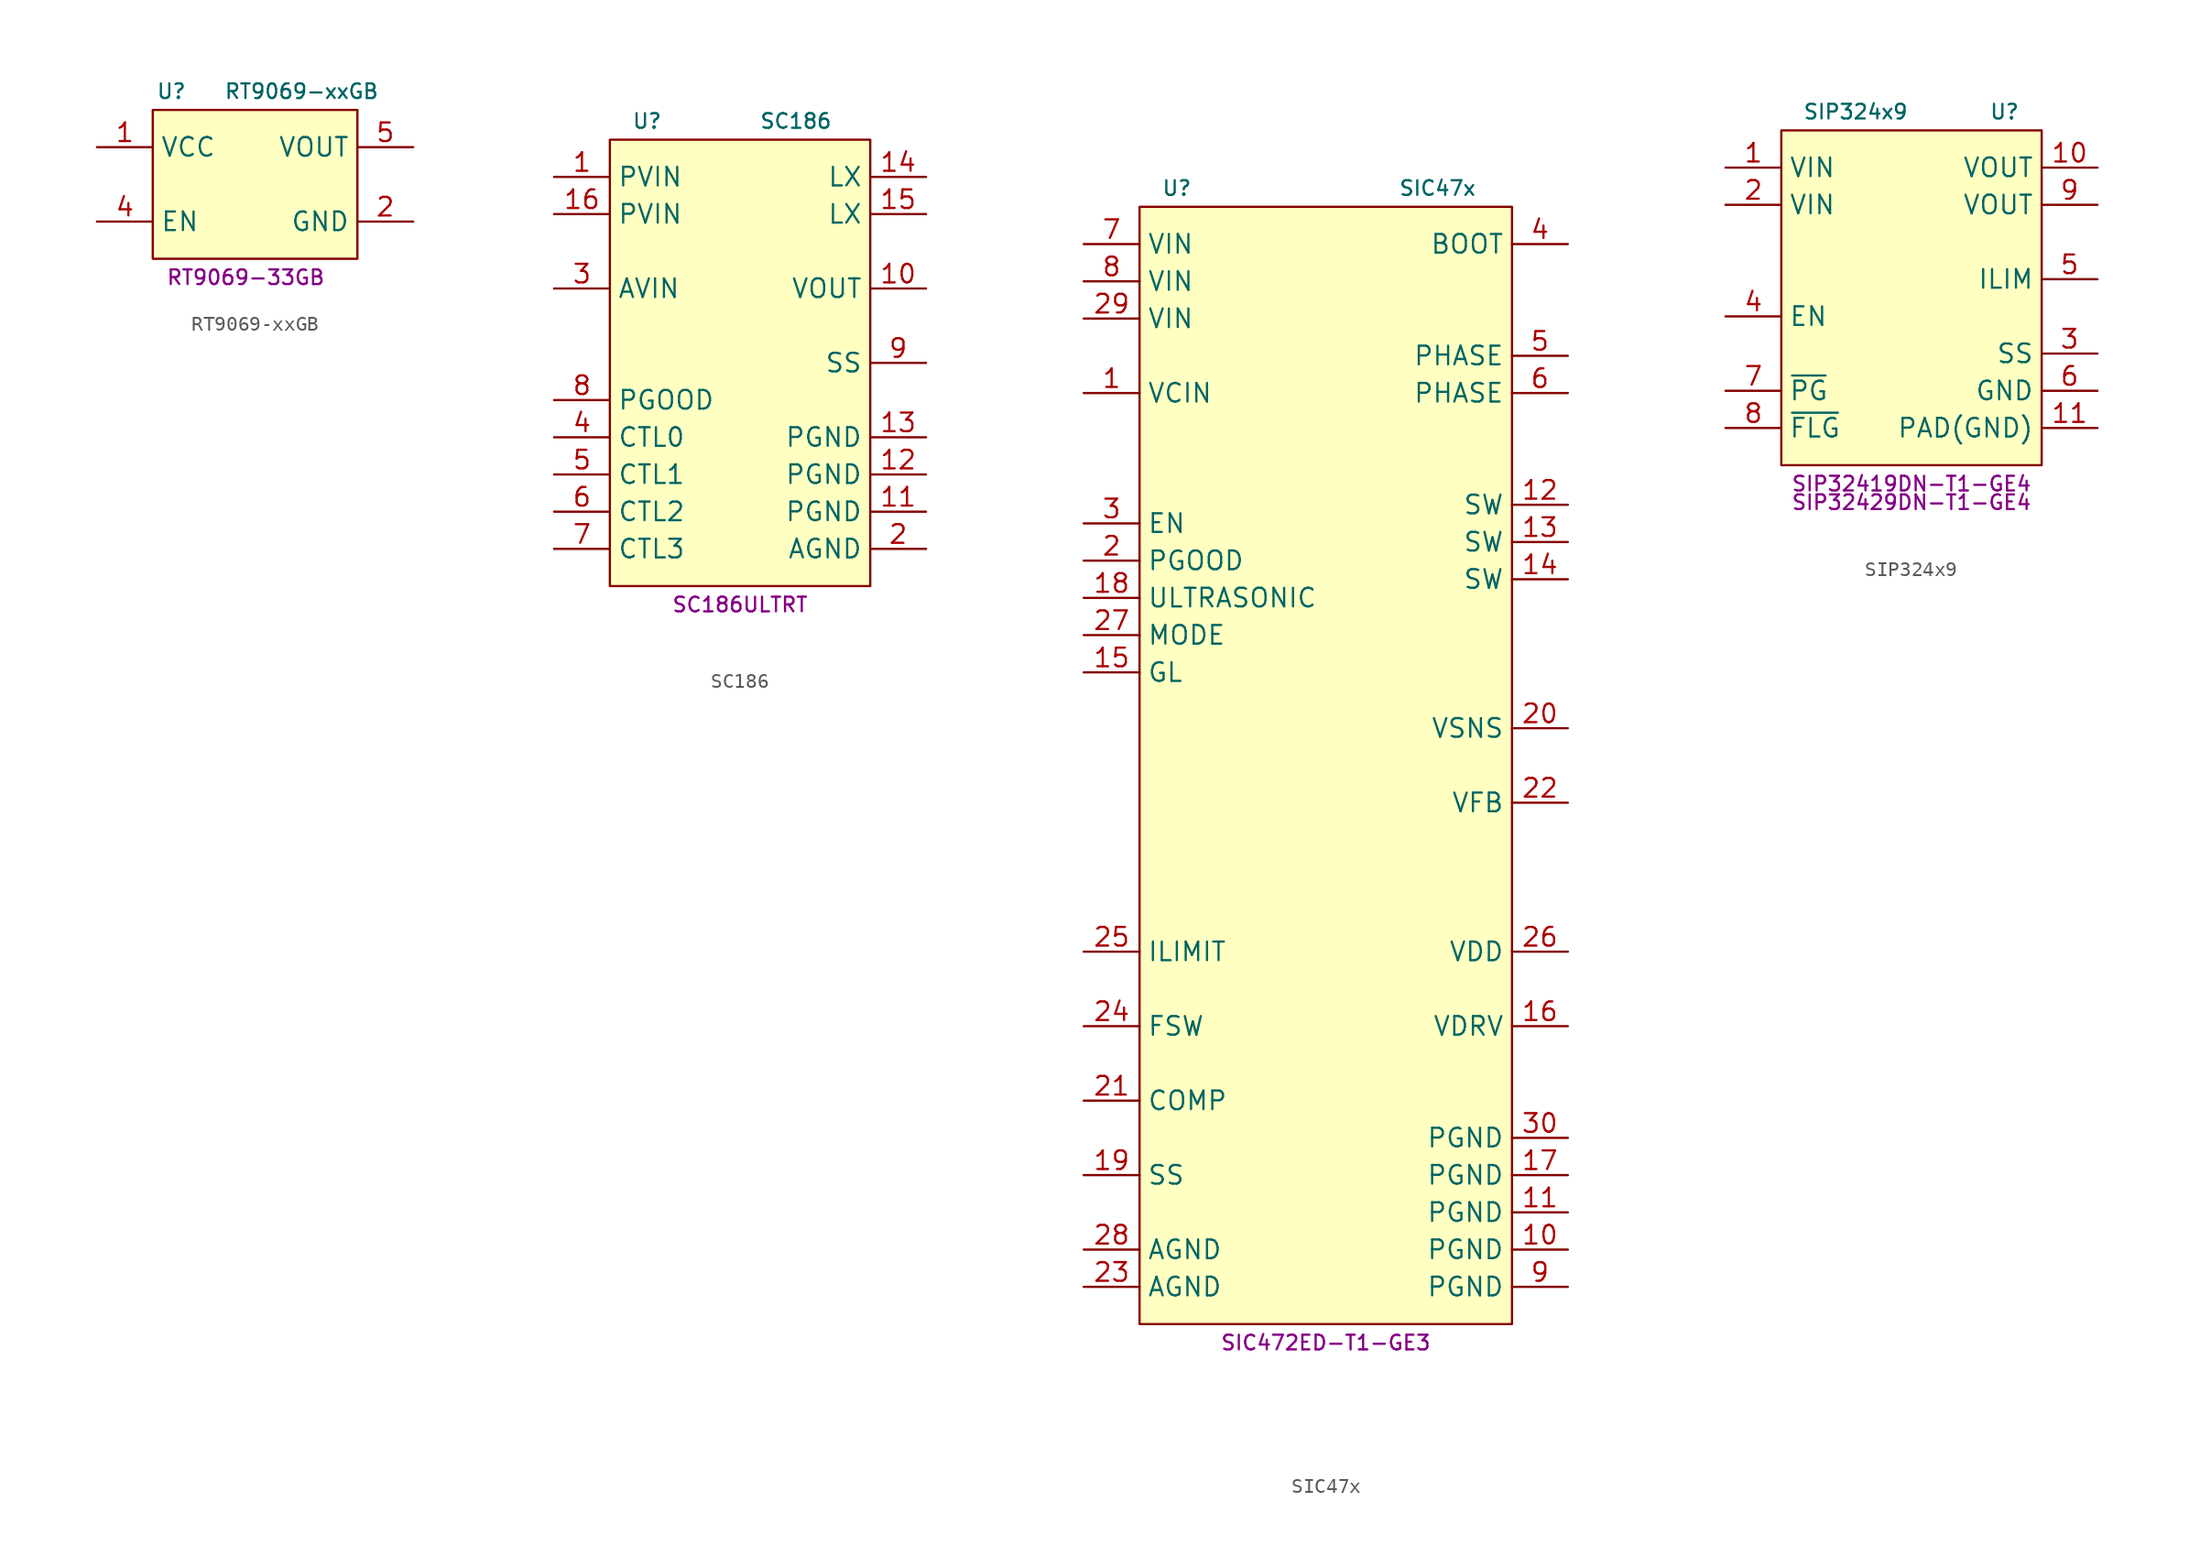
<source format=kicad_sym>
(kicad_symbol_lib
  (version 20231120)
  (generator "kicad_symbol_editor")
  (generator_version "8.0")
  (symbol "RT9069-xxGB"
    (property "Reference" "U"
      (at -5.08 6.35 0)
      (effects (font (size 1 1))))
    (property "Value" "RT9069-xxGB"
      (at 3.81 6.35 0)
      (effects (font (size 1 1))))
    (property "MPN" "RT9069-33GB"
      (at 0 -6.35 0)
      (effects (font (size 1 1))))
    (symbol "RT9069-xxGB_0_1"
      (rectangle (start -6.35 5.08) (end 7.62 -5.08) (stroke (width 0) (type default)) (fill (type background))))
    (symbol "RT9069-xxGB_1_1"
      (pin power_in line (at -10.16 2.54 0) (length 3.81) (name "VCC" (effects (font (size 1.27 1.27)))) (number "1" (effects (font (size 1.27 1.27)))))
      (pin power_out line (at 11.43 -2.54 180) (length 3.81) (name "GND" (effects (font (size 1.27 1.27)))) (number "2" (effects (font (size 1.27 1.27)))))
      (pin input line (at -10.16 -2.54 0) (length 3.81) (name "EN" (effects (font (size 1.27 1.27)))) (number "4" (effects (font (size 1.27 1.27)))))
      (pin power_out line (at 11.43 2.54 180) (length 3.81) (name "VOUT" (effects (font (size 1.27 1.27)))) (number "5" (effects (font (size 1.27 1.27)))))))
  (symbol "SC186"
    (property "Reference" "U"
      (at -6.35 16.51 0)
      (effects (font (size 1 1))))
    (property "Value" "SC186"
      (at 3.81 16.51 0)
      (effects (font (size 1 1))))
    (property "MPN" "SC186ULTRT"
      (at 0 -16.51 0)
      (effects (font (size 1 1))))
    (symbol "SC186_0_1"
      (rectangle (start -8.89 15.24) (end 8.89 -15.24) (stroke (width 0.152) (type default)) (fill (type background))))
    (symbol "SC186_1_1"
      (pin power_in line (at -12.7 12.7 0) (length 3.81) (name "PVIN" (effects (font (size 1.27 1.27)))) (number "1" (effects (font (size 1.27 1.27)))))
      (pin power_out line (at 12.7 5.08 180) (length 3.81) (name "VOUT" (effects (font (size 1.27 1.27)))) (number "10" (effects (font (size 1.27 1.27)))))
      (pin power_in line (at 12.7 -10.16 180) (length 3.81) (name "PGND" (effects (font (size 1.27 1.27)))) (number "11" (effects (font (size 1.27 1.27)))))
      (pin power_in line (at 12.7 -7.62 180) (length 3.81) (name "PGND" (effects (font (size 1.27 1.27)))) (number "12" (effects (font (size 1.27 1.27)))))
      (pin power_in line (at 12.7 -5.08 180) (length 3.81) (name "PGND" (effects (font (size 1.27 1.27)))) (number "13" (effects (font (size 1.27 1.27)))))
      (pin output line (at 12.7 12.7 180) (length 3.81) (name "LX" (effects (font (size 1.27 1.27)))) (number "14" (effects (font (size 1.27 1.27)))))
      (pin output line (at 12.7 10.16 180) (length 3.81) (name "LX" (effects (font (size 1.27 1.27)))) (number "15" (effects (font (size 1.27 1.27)))))
      (pin power_in line (at -12.7 10.16 0) (length 3.81) (name "PVIN" (effects (font (size 1.27 1.27)))) (number "16" (effects (font (size 1.27 1.27)))))
      (pin power_in line (at 12.7 -12.7 180) (length 3.81) (name "AGND" (effects (font (size 1.27 1.27)))) (number "2" (effects (font (size 1.27 1.27)))))
      (pin power_in line (at -12.7 5.08 0) (length 3.81) (name "AVIN" (effects (font (size 1.27 1.27)))) (number "3" (effects (font (size 1.27 1.27)))))
      (pin input line (at -12.7 -5.08 0) (length 3.81) (name "CTL0" (effects (font (size 1.27 1.27)))) (number "4" (effects (font (size 1.27 1.27)))))
      (pin input line (at -12.7 -7.62 0) (length 3.81) (name "CTL1" (effects (font (size 1.27 1.27)))) (number "5" (effects (font (size 1.27 1.27)))))
      (pin input line (at -12.7 -10.16 0) (length 3.81) (name "CTL2" (effects (font (size 1.27 1.27)))) (number "6" (effects (font (size 1.27 1.27)))))
      (pin input line (at -12.7 -12.7 0) (length 3.81) (name "CTL3" (effects (font (size 1.27 1.27)))) (number "7" (effects (font (size 1.27 1.27)))))
      (pin output line (at -12.7 -2.54 0) (length 3.81) (name "PGOOD" (effects (font (size 1.27 1.27)))) (number "8" (effects (font (size 1.27 1.27)))))
      (pin input line (at 12.7 0 180) (length 3.81) (name "SS" (effects (font (size 1.27 1.27)))) (number "9" (effects (font (size 1.27 1.27)))))))
  (symbol "SIC47x"
    (property "Reference" "U"
      (at -10.16 39.37 0)
      (effects (font (size 1 1))))
    (property "Value" "SIC47x"
      (at 7.62 39.37 0)
      (effects (font (size 1 1))))
    (property "MPN" "SIC472ED-T1-GE3"
      (at 0 -39.37 0)
      (effects (font (size 1 1))))
    (symbol "SIC47x_0_1"
      (rectangle (start -12.7 -38.1) (end 12.7 38.1) (stroke (width 0.152) (type default)) (fill (type background))))
    (symbol "SIC47x_1_1"
      (pin power_in line (at -16.51 25.4 0) (length 3.81) (name "VCIN" (effects (font (size 1.27 1.27)))) (number "1" (effects (font (size 1.27 1.27)))))
      (pin power_in line (at 16.51 -33.02 180) (length 3.81) (name "PGND" (effects (font (size 1.27 1.27)))) (number "10" (effects (font (size 1.27 1.27)))))
      (pin power_in line (at 16.51 -30.48 180) (length 3.81) (name "PGND" (effects (font (size 1.27 1.27)))) (number "11" (effects (font (size 1.27 1.27)))))
      (pin power_out line (at 16.51 17.78 180) (length 3.81) (name "SW" (effects (font (size 1.27 1.27)))) (number "12" (effects (font (size 1.27 1.27)))))
      (pin power_out line (at 16.51 15.24 180) (length 3.81) (name "SW" (effects (font (size 1.27 1.27)))) (number "13" (effects (font (size 1.27 1.27)))))
      (pin power_out line (at 16.51 12.7 180) (length 3.81) (name "SW" (effects (font (size 1.27 1.27)))) (number "14" (effects (font (size 1.27 1.27)))))
      (pin output line (at -16.51 6.35 0) (length 3.81) (name "GL" (effects (font (size 1.27 1.27)))) (number "15" (effects (font (size 1.27 1.27)))))
      (pin power_out line (at 16.51 -17.78 180) (length 3.81) (name "VDRV" (effects (font (size 1.27 1.27)))) (number "16" (effects (font (size 1.27 1.27)))))
      (pin power_in line (at 16.51 -27.94 180) (length 3.81) (name "PGND" (effects (font (size 1.27 1.27)))) (number "17" (effects (font (size 1.27 1.27)))))
      (pin input line (at -16.51 11.43 0) (length 3.81) (name "ULTRASONIC" (effects (font (size 1.27 1.27)))) (number "18" (effects (font (size 1.27 1.27)))))
      (pin passive line (at -16.51 -27.94 0) (length 3.81) (name "SS" (effects (font (size 1.27 1.27)))) (number "19" (effects (font (size 1.27 1.27)))))
      (pin open_collector line (at -16.51 13.97 0) (length 3.81) (name "PGOOD" (effects (font (size 1.27 1.27)))) (number "2" (effects (font (size 1.27 1.27)))))
      (pin input line (at 16.51 2.54 180) (length 3.81) (name "VSNS" (effects (font (size 1.27 1.27)))) (number "20" (effects (font (size 1.27 1.27)))))
      (pin output line (at -16.51 -22.86 0) (length 3.81) (name "COMP" (effects (font (size 1.27 1.27)))) (number "21" (effects (font (size 1.27 1.27)))))
      (pin input line (at 16.51 -2.54 180) (length 3.81) (name "VFB" (effects (font (size 1.27 1.27)))) (number "22" (effects (font (size 1.27 1.27)))))
      (pin power_in line (at -16.51 -35.56 0) (length 3.81) (name "AGND" (effects (font (size 1.27 1.27)))) (number "23" (effects (font (size 1.27 1.27)))))
      (pin passive line (at -16.51 -17.78 0) (length 3.81) (name "FSW" (effects (font (size 1.27 1.27)))) (number "24" (effects (font (size 1.27 1.27)))))
      (pin passive line (at -16.51 -12.7 0) (length 3.81) (name "ILIMIT" (effects (font (size 1.27 1.27)))) (number "25" (effects (font (size 1.27 1.27)))))
      (pin power_out line (at 16.51 -12.7 180) (length 3.81) (name "VDD" (effects (font (size 1.27 1.27)))) (number "26" (effects (font (size 1.27 1.27)))))
      (pin input line (at -16.51 8.89 0) (length 3.81) (name "MODE" (effects (font (size 1.27 1.27)))) (number "27" (effects (font (size 1.27 1.27)))))
      (pin power_in line (at -16.51 -33.02 0) (length 3.81) (name "AGND" (effects (font (size 1.27 1.27)))) (number "28" (effects (font (size 1.27 1.27)))))
      (pin power_in line (at -16.51 30.48 0) (length 3.81) (name "VIN" (effects (font (size 1.27 1.27)))) (number "29" (effects (font (size 1.27 1.27)))))
      (pin input line (at -16.51 16.51 0) (length 3.81) (name "EN" (effects (font (size 1.27 1.27)))) (number "3" (effects (font (size 1.27 1.27)))))
      (pin power_in line (at 16.51 -25.4 180) (length 3.81) (name "PGND" (effects (font (size 1.27 1.27)))) (number "30" (effects (font (size 1.27 1.27)))))
      (pin output line (at 16.51 35.56 180) (length 3.81) (name "BOOT" (effects (font (size 1.27 1.27)))) (number "4" (effects (font (size 1.27 1.27)))))
      (pin power_out line (at 16.51 27.94 180) (length 3.81) (name "PHASE" (effects (font (size 1.27 1.27)))) (number "5" (effects (font (size 1.27 1.27)))))
      (pin power_out line (at 16.51 25.4 180) (length 3.81) (name "PHASE" (effects (font (size 1.27 1.27)))) (number "6" (effects (font (size 1.27 1.27)))))
      (pin power_in line (at -16.51 35.56 0) (length 3.81) (name "VIN" (effects (font (size 1.27 1.27)))) (number "7" (effects (font (size 1.27 1.27)))))
      (pin power_in line (at -16.51 33.02 0) (length 3.81) (name "VIN" (effects (font (size 1.27 1.27)))) (number "8" (effects (font (size 1.27 1.27)))))
      (pin power_in line (at 16.51 -35.56 180) (length 3.81) (name "PGND" (effects (font (size 1.27 1.27)))) (number "9" (effects (font (size 1.27 1.27)))))))
  (symbol "SIP324x9"
    (property "Reference" "U"
      (at 6.35 3.81 0)
      (effects (font (size 1 1))))
    (property "Value" "SIP324x9"
      (at -3.81 3.81 0)
      (effects (font (size 1 1))))
    (property "MPN" "SIP32419DN-T1-GE4"
      (at 0 -21.59 0)
      (effects (font (size 1 1))))
    (property "MPN2" "SIP32429DN-T1-GE4"
      (at 0 -22.86 0)
      (effects (font (size 1 1))))
    (symbol "SIP324x9_1_1"
      (rectangle (start -8.89 2.54) (end 8.89 -20.32) (stroke (width 0) (type default)) (fill (type background)))
      (pin power_in line (at -12.7 0 0) (length 3.81) (name "VIN" (effects (font (size 1.27 1.27)))) (number "1" (effects (font (size 1.27 1.27)))))
      (pin power_out line (at 12.7 0 180) (length 3.81) (name "VOUT" (effects (font (size 1.27 1.27)))) (number "10" (effects (font (size 1.27 1.27)))))
      (pin passive line (at 12.7 -17.78 180) (length 3.81) (name "PAD(GND)" (effects (font (size 1.27 1.27)))) (number "11" (effects (font (size 1.27 1.27)))))
      (pin power_in line (at -12.7 -2.54 0) (length 3.81) (name "VIN" (effects (font (size 1.27 1.27)))) (number "2" (effects (font (size 1.27 1.27)))))
      (pin passive line (at 12.7 -12.7 180) (length 3.81) (name "SS" (effects (font (size 1.27 1.27)))) (number "3" (effects (font (size 1.27 1.27)))))
      (pin input line (at -12.7 -10.16 0) (length 3.81) (name "EN" (effects (font (size 1.27 1.27)))) (number "4" (effects (font (size 1.27 1.27)))))
      (pin passive line (at 12.7 -7.62 180) (length 3.81) (name "ILIM" (effects (font (size 1.27 1.27)))) (number "5" (effects (font (size 1.27 1.27)))))
      (pin power_in line (at 12.7 -15.24 180) (length 3.81) (name "GND" (effects (font (size 1.27 1.27)))) (number "6" (effects (font (size 1.27 1.27)))))
      (pin open_collector line (at -12.7 -15.24 0) (length 3.81) (name "~{PG}" (effects (font (size 1.27 1.27)))) (number "7" (effects (font (size 1.27 1.27)))))
      (pin open_collector line (at -12.7 -17.78 0) (length 3.81) (name "~{FLG}" (effects (font (size 1.27 1.27)))) (number "8" (effects (font (size 1.27 1.27)))))
      (pin power_out line (at 12.7 -2.54 180) (length 3.81) (name "VOUT" (effects (font (size 1.27 1.27)))) (number "9" (effects (font (size 1.27 1.27))))))))
</source>
